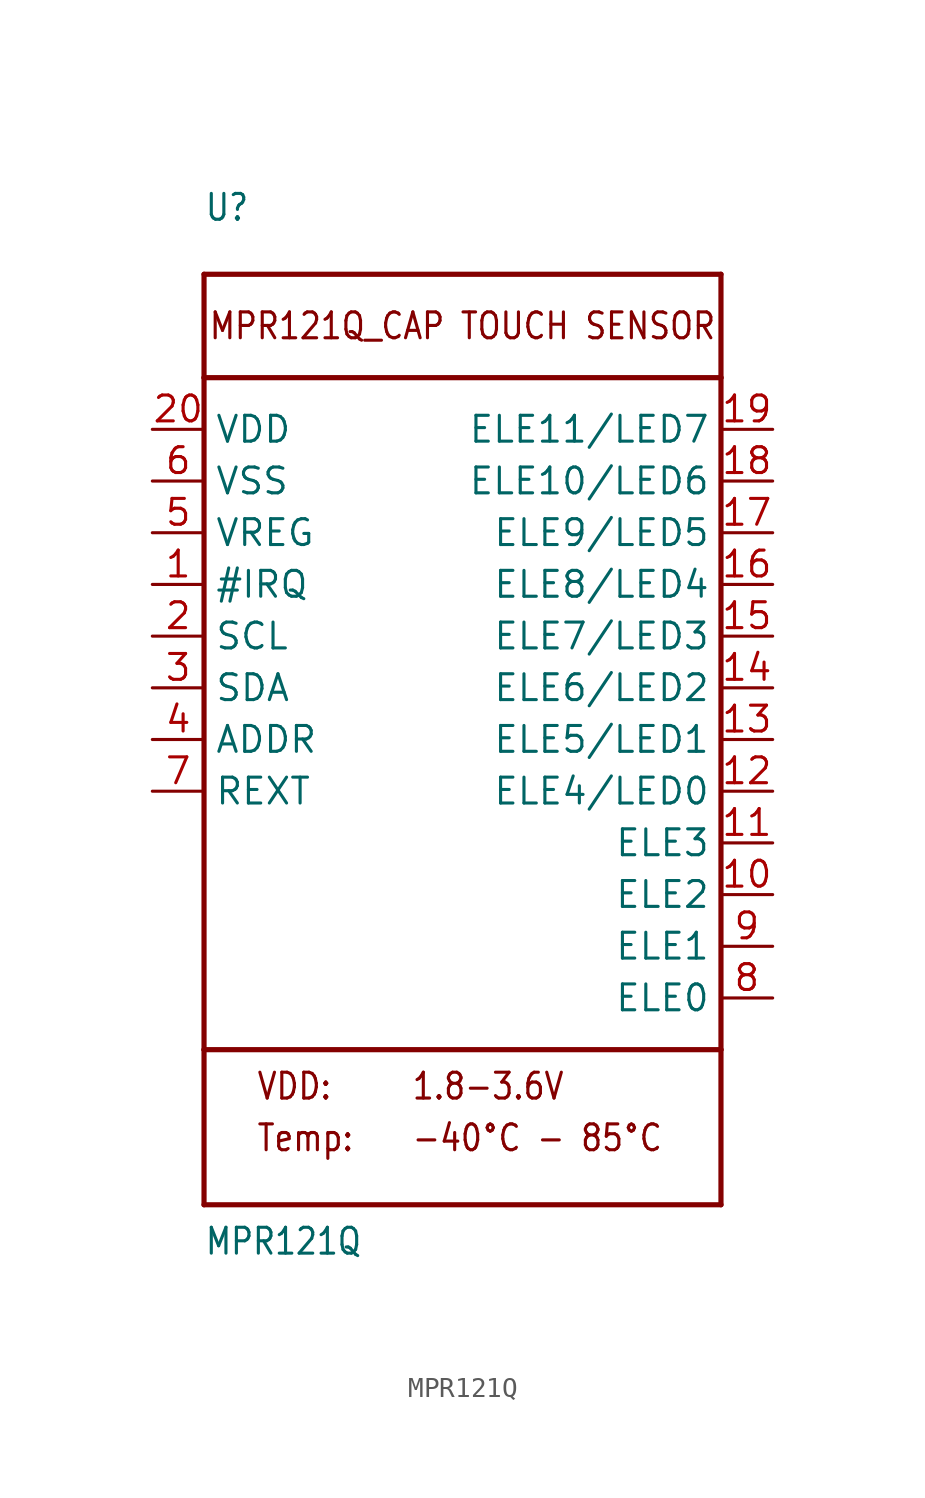
<source format=kicad_sym>
(kicad_symbol_lib
  (version 20211014)
  (generator kicad_symbol_editor)
  (symbol "MPR121Q"
    (property "Reference" "U"
      (at -12.7 22.86 0)
      (effects (font (size 1.27 1.079)) (justify left bottom)))
    (property "Value" "MPR121Q"
      (at -12.7 -27.94 0)
      (effects (font (size 1.27 1.079)) (justify left bottom)))
    (property "ki_locked" ""
      (at 0 0 0)
      (effects (font (size 1.27 1.27))))
    (symbol "MPR121Q_1_0"
      (polyline (pts (xy -12.7 -25.4) (xy 12.7 -25.4)) (stroke (width 0.254) (type default) (color 0 0 0 0)) (fill (type none)))
      (polyline (pts (xy -12.7 -17.78) (xy -12.7 -25.4)) (stroke (width 0.254) (type default) (color 0 0 0 0)) (fill (type none)))
      (polyline (pts (xy -12.7 -17.78) (xy -12.7 15.24)) (stroke (width 0.254) (type default) (color 0 0 0 0)) (fill (type none)))
      (polyline (pts (xy -12.7 15.24) (xy -12.7 20.32)) (stroke (width 0.254) (type default) (color 0 0 0 0)) (fill (type none)))
      (polyline (pts (xy -12.7 15.24) (xy 12.7 15.24)) (stroke (width 0.254) (type default) (color 0 0 0 0)) (fill (type none)))
      (polyline (pts (xy -12.7 20.32) (xy 12.7 20.32)) (stroke (width 0.254) (type default) (color 0 0 0 0)) (fill (type none)))
      (polyline (pts (xy 12.7 -25.4) (xy 12.7 -17.78)) (stroke (width 0.254) (type default) (color 0 0 0 0)) (fill (type none)))
      (polyline (pts (xy 12.7 -17.78) (xy -12.7 -17.78)) (stroke (width 0.254) (type default) (color 0 0 0 0)) (fill (type none)))
      (polyline (pts (xy 12.7 15.24) (xy 12.7 -17.78)) (stroke (width 0.254) (type default) (color 0 0 0 0)) (fill (type none)))
      (polyline (pts (xy 12.7 20.32) (xy 12.7 15.24)) (stroke (width 0.254) (type default) (color 0 0 0 0)) (fill (type none)))
      (text "-40°C - 85°C" (at -2.54 -22.86 0) (effects (font (size 1.27 1.079)) (justify left bottom)))
      (text "1.8-3.6V" (at -2.54 -20.32 0) (effects (font (size 1.27 1.079)) (justify left bottom)))
      (text "MPR121Q_CAP TOUCH SENSOR" (at 0 17.78 0) (effects (font (size 1.27 1.079))))
      (text "Temp:" (at -10.16 -22.86 0) (effects (font (size 1.27 1.079)) (justify left bottom)))
      (text "VDD:" (at -10.16 -20.32 0) (effects (font (size 1.27 1.079)) (justify left bottom)))
      (pin bidirectional line (at -15.24 5.08 0) (length 2.54) (name "#IRQ" (effects (font (size 1.27 1.27)))) (number "1" (effects (font (size 1.27 1.27)))))
      (pin bidirectional line (at 15.24 -10.16 180) (length 2.54) (name "ELE2" (effects (font (size 1.27 1.27)))) (number "10" (effects (font (size 1.27 1.27)))))
      (pin bidirectional line (at 15.24 -7.62 180) (length 2.54) (name "ELE3" (effects (font (size 1.27 1.27)))) (number "11" (effects (font (size 1.27 1.27)))))
      (pin bidirectional line (at 15.24 -5.08 180) (length 2.54) (name "ELE4/LED0" (effects (font (size 1.27 1.27)))) (number "12" (effects (font (size 1.27 1.27)))))
      (pin bidirectional line (at 15.24 -2.54 180) (length 2.54) (name "ELE5/LED1" (effects (font (size 1.27 1.27)))) (number "13" (effects (font (size 1.27 1.27)))))
      (pin bidirectional line (at 15.24 0 180) (length 2.54) (name "ELE6/LED2" (effects (font (size 1.27 1.27)))) (number "14" (effects (font (size 1.27 1.27)))))
      (pin bidirectional line (at 15.24 2.54 180) (length 2.54) (name "ELE7/LED3" (effects (font (size 1.27 1.27)))) (number "15" (effects (font (size 1.27 1.27)))))
      (pin bidirectional line (at 15.24 5.08 180) (length 2.54) (name "ELE8/LED4" (effects (font (size 1.27 1.27)))) (number "16" (effects (font (size 1.27 1.27)))))
      (pin bidirectional line (at 15.24 7.62 180) (length 2.54) (name "ELE9/LED5" (effects (font (size 1.27 1.27)))) (number "17" (effects (font (size 1.27 1.27)))))
      (pin bidirectional line (at 15.24 10.16 180) (length 2.54) (name "ELE10/LED6" (effects (font (size 1.27 1.27)))) (number "18" (effects (font (size 1.27 1.27)))))
      (pin bidirectional line (at 15.24 12.7 180) (length 2.54) (name "ELE11/LED7" (effects (font (size 1.27 1.27)))) (number "19" (effects (font (size 1.27 1.27)))))
      (pin bidirectional line (at -15.24 2.54 0) (length 2.54) (name "SCL" (effects (font (size 1.27 1.27)))) (number "2" (effects (font (size 1.27 1.27)))))
      (pin power_in line (at -15.24 12.7 0) (length 2.54) (name "VDD" (effects (font (size 1.27 1.27)))) (number "20" (effects (font (size 1.27 1.27)))))
      (pin bidirectional line (at -15.24 0 0) (length 2.54) (name "SDA" (effects (font (size 1.27 1.27)))) (number "3" (effects (font (size 1.27 1.27)))))
      (pin bidirectional line (at -15.24 -2.54 0) (length 2.54) (name "ADDR" (effects (font (size 1.27 1.27)))) (number "4" (effects (font (size 1.27 1.27)))))
      (pin bidirectional line (at -15.24 7.62 0) (length 2.54) (name "VREG" (effects (font (size 1.27 1.27)))) (number "5" (effects (font (size 1.27 1.27)))))
      (pin power_in line (at -15.24 10.16 0) (length 2.54) (name "VSS" (effects (font (size 1.27 1.27)))) (number "6" (effects (font (size 1.27 1.27)))))
      (pin bidirectional line (at -15.24 -5.08 0) (length 2.54) (name "REXT" (effects (font (size 1.27 1.27)))) (number "7" (effects (font (size 1.27 1.27)))))
      (pin bidirectional line (at 15.24 -15.24 180) (length 2.54) (name "ELE0" (effects (font (size 1.27 1.27)))) (number "8" (effects (font (size 1.27 1.27)))))
      (pin bidirectional line (at 15.24 -12.7 180) (length 2.54) (name "ELE1" (effects (font (size 1.27 1.27)))) (number "9" (effects (font (size 1.27 1.27))))))))
</source>
